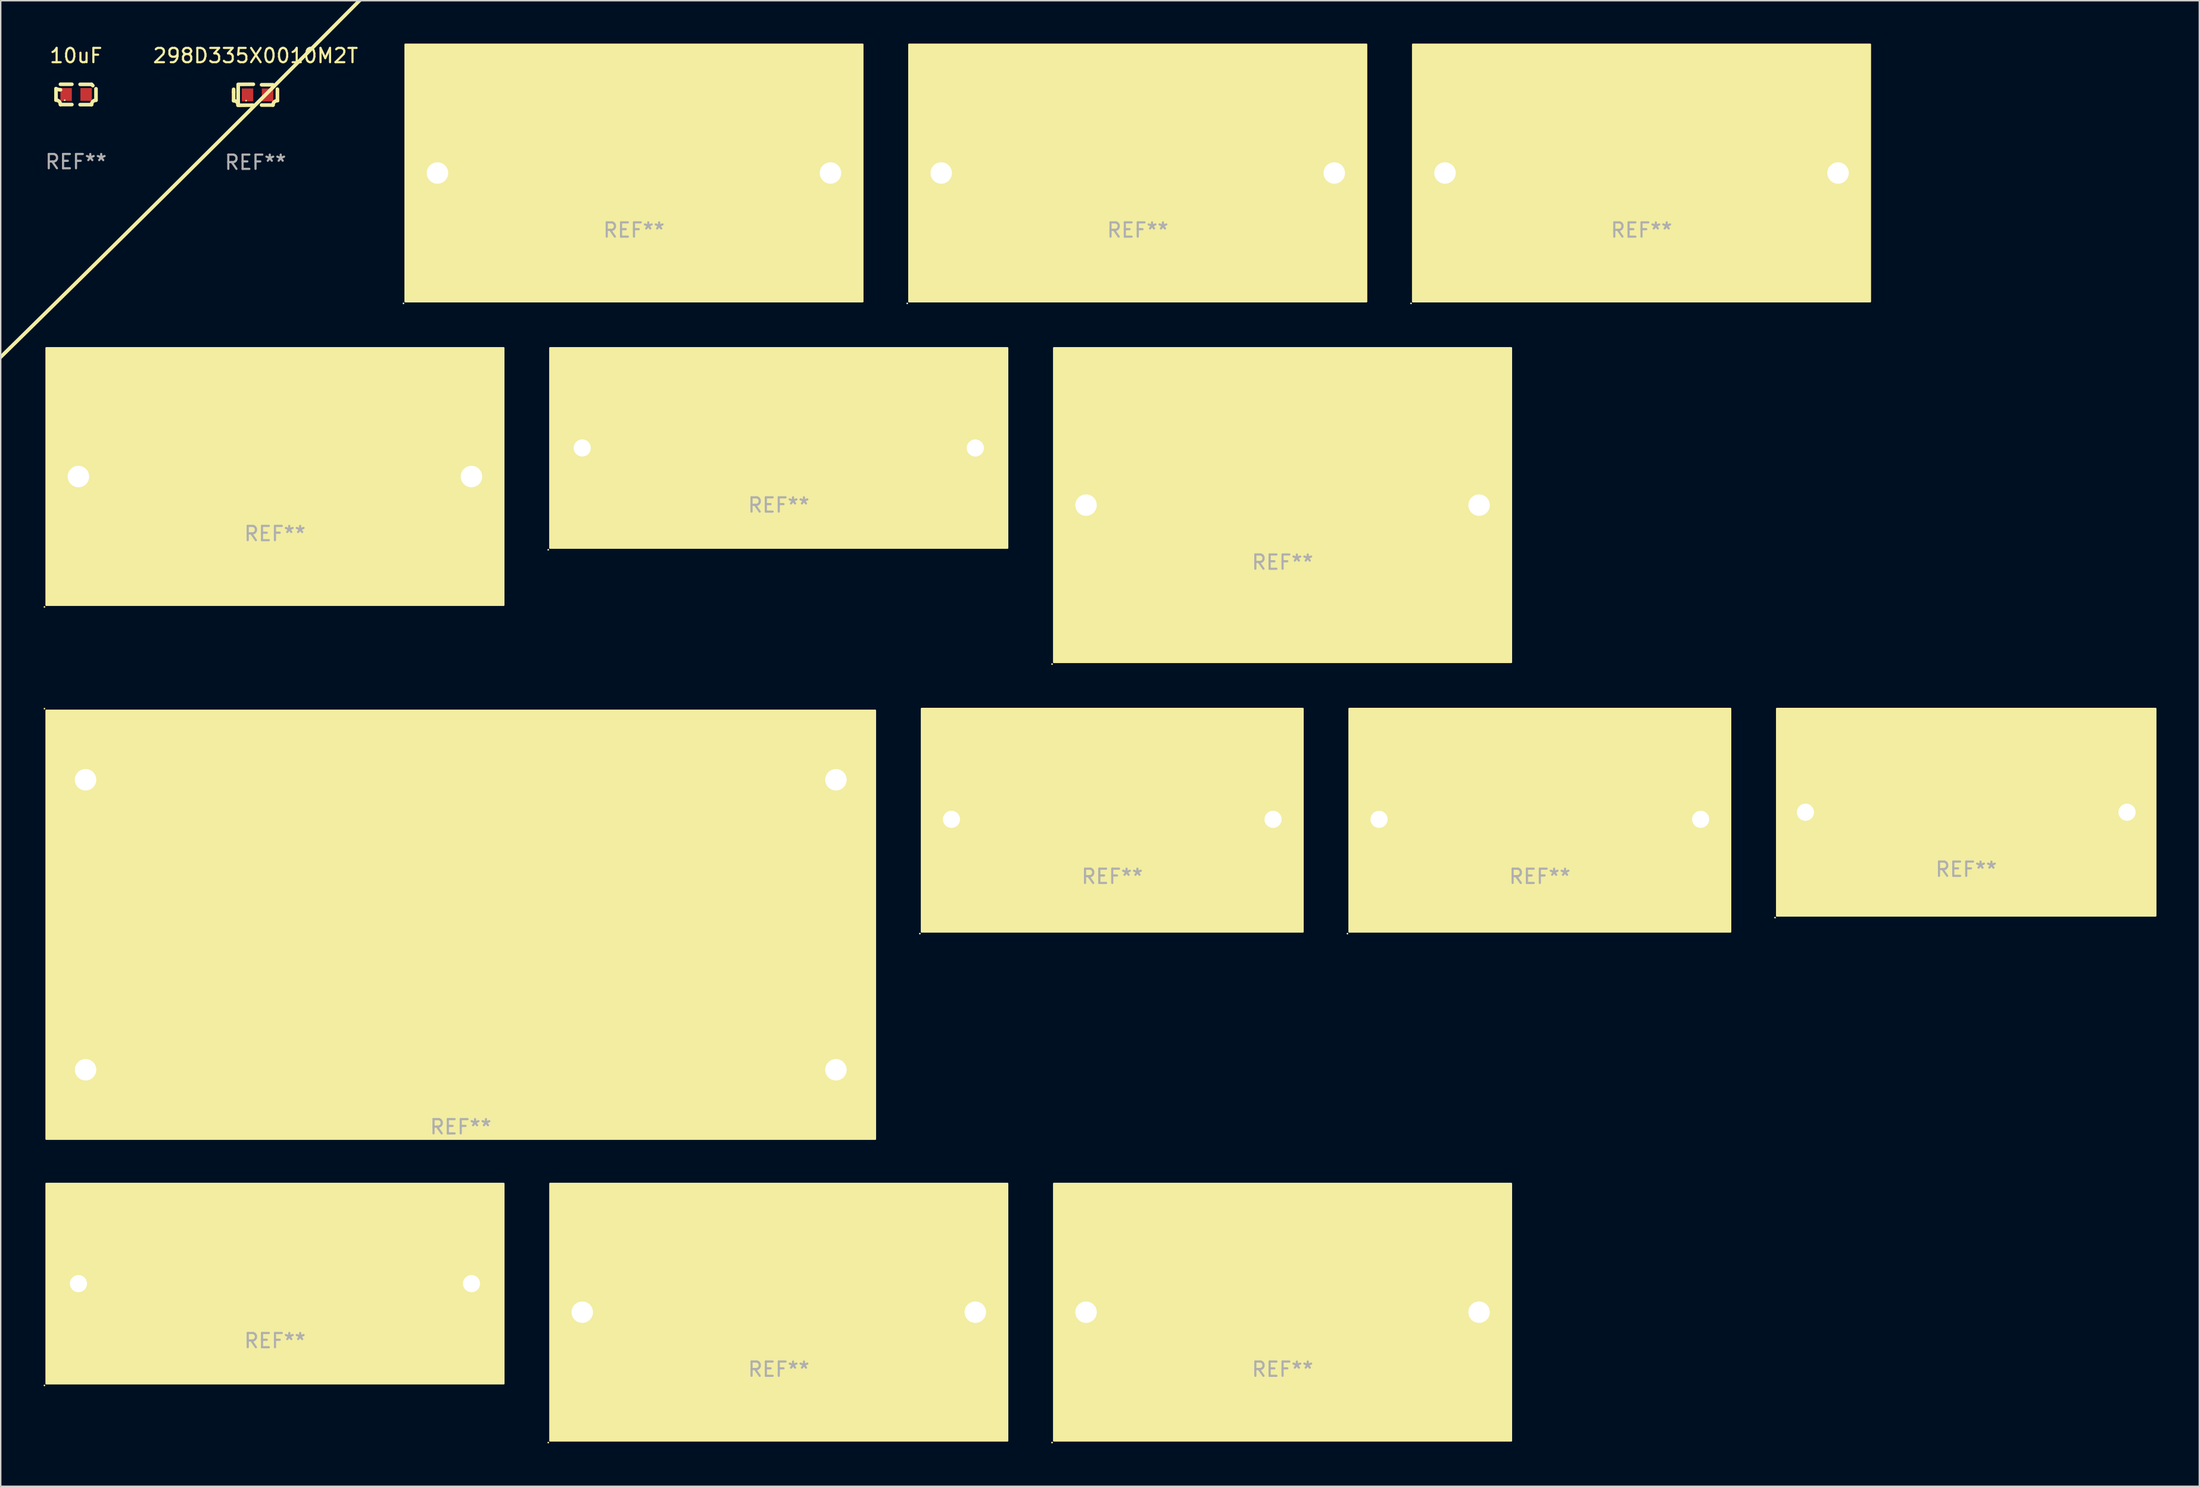
<source format=kicad_pcb>
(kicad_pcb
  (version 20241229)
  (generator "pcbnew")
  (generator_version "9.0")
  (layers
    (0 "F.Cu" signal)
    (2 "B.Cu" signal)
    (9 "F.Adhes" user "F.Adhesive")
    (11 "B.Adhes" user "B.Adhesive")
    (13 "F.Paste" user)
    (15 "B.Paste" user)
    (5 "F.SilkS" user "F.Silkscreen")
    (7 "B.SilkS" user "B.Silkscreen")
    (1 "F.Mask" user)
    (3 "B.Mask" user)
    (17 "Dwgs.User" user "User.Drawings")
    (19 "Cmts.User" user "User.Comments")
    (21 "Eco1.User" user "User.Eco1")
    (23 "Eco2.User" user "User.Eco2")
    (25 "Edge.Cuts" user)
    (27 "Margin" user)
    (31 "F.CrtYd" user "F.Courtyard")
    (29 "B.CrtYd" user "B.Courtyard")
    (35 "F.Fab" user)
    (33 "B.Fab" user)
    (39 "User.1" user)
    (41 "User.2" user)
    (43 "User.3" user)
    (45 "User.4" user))
  (footprint "B32654A7334K000"
    (layer "F.Cu")
    (at 16.187 30.307)
    (property "Reference" "B32654A7334K000" (at 0 -2 0) (layer "F.SilkS") (effects (font (size 1 1) (thickness 0.15))))
    (attr through_hole)
    (fp_circle (center -16.127 9.127) (end -16.097 9.127) (stroke (width 0.06) (type solid)) (fill no) (layer "F.SilkS"))
    (fp_poly (pts (xy -16 -9) (xy 16 -9) (xy 16 9) (xy -16 9)) (stroke (width 0.12) (type solid)) (fill yes) (layer "F.SilkS"))
    (fp_text user "REF**" (at 0 4 0) (layer "F.Fab") (effects (font (size 1 1) (thickness 0.15))))
    (pad "1" thru_hole circle (at -13.75 0) (size 2.5 2.5) (drill 1.5) (layers "*.Cu" "*.Mask"))
    (pad "2" thru_hole circle (at 13.75 0) (size 2.5 2.5) (drill 1.5) (layers "*.Cu" "*.Mask")))
  (footprint "298D335X0010M2T"
    (layer "F.Cu")
    (at 14.827 3.582)
    (property "Reference" "298D335X0010M2T" (at 0 -2.734 0) (layer "F.SilkS") (effects (font (size 1 1) (thickness 0.15))))
    (attr through_hole)
    (fp_line (start -1.532 -0.379) (end -1.532 -0.181) (stroke (width 0.254) (type solid)) (layer "F.SilkS"))
    (fp_line (start -1.532 -0.181) (end -1.532 0.421) (stroke (width 0.254) (type solid)) (layer "F.SilkS"))
    (fp_line (start -1.212 -0.708) (end -1.212 0.691) (stroke (width 0.254) (type solid)) (layer "F.SilkS"))
    (fp_line (start -1.212 0.691) (end -1.204 0.699) (stroke (width 0.254) (type solid)) (layer "F.SilkS"))
    (fp_line (start -1.106 0.734) (end -1.23 0.734) (stroke (width 0.254) (type solid)) (layer "F.SilkS"))
    (fp_line (start -0.171 0.729) (end -1.106 0.734) (stroke (width 0.254) (type solid)) (layer "F.SilkS"))
    (fp_line (start -0.151 -0.734) (end -1.21 -0.726) (stroke (width 0.254) (type solid)) (layer "F.SilkS"))
    (fp_line (start 0.423 -0.698) (end 1.223 -0.698) (stroke (width 0.254) (type solid)) (layer "F.SilkS"))
    (fp_line (start 0.423 0.722) (end 1.223 0.722) (stroke (width 0.254) (type solid)) (layer "F.SilkS"))
    (fp_line (start 1.532 -0.388) (end 1.532 0.412) (stroke (width 0.254) (type solid)) (layer "F.SilkS"))
    (fp_arc (start -1.522924 0.418872) (mid -1.303836 0.509632) (end -1.213094 0.728727) (stroke (width 0.254001) (type solid)) (layer "F.SilkS"))
    (fp_arc (start 1.222518 0.722123) (mid 1.313265 0.503041) (end 1.532347 0.412294) (stroke (width 0.254001) (type solid)) (layer "F.SilkS"))
    (fp_arc (start 1.310532 -0.609546) (mid 1.266524 -0.653541) (end 1.222517 -0.697536) (stroke (width 0.254001) (type solid)) (layer "F.SilkS"))
    (fp_circle (center -0.658 0.412) (end -0.628 0.412) (stroke (width 0.06) (type solid)) (fill no) (layer "F.SilkS"))
    (fp_text user "REF**" (at 0 4.734 0) (layer "F.Fab") (effects (font (size 1 1) (thickness 0.15))))
    (pad "1" smd rect (at -0.558 0.012) (size 0.8 0.9) (layers "F.Cu" "F.Mask" "F.Paste"))
    (pad "2" smd rect (at 0.842 0.012) (size 0.8 0.9) (layers "F.Cu" "F.Mask" "F.Paste")))
  (footprint "B32774D1505K000"
    (layer "F.Cu")
    (at 86.685 32.307)
    (property "Reference" "B32774D1505K000" (at 0 -2 0) (layer "F.SilkS") (effects (font (size 1 1) (thickness 0.15))))
    (attr through_hole)
    (fp_circle (center -16.127 11.127) (end -16.097 11.127) (stroke (width 0.06) (type solid)) (fill no) (layer "F.SilkS"))
    (fp_poly (pts (xy -16 -11) (xy 16 -11) (xy 16 11) (xy -16 11)) (stroke (width 0.12) (type solid)) (fill yes) (layer "F.SilkS"))
    (fp_text user "REF**" (at 0 4 0) (layer "F.Fab") (effects (font (size 1 1) (thickness 0.15))))
    (pad "1" thru_hole circle (at -13.75 0) (size 2.5 2.5) (drill 1.5) (layers "*.Cu" "*.Mask"))
    (pad "2" thru_hole circle (at 13.75 0) (size 2.5 2.5) (drill 1.5) (layers "*.Cu" "*.Mask")))
  (footprint "B32924C3475M"
    (layer "F.Cu")
    (at 86.685 88.801)
    (property "Reference" "B32924C3475M" (at 0 -2 0) (layer "F.SilkS") (effects (font (size 1 1) (thickness 0.15))))
    (attr through_hole)
    (fp_circle (center -16.127 9.127) (end -16.097 9.127) (stroke (width 0.06) (type solid)) (fill no) (layer "F.SilkS"))
    (fp_poly (pts (xy -16 -9) (xy 16 -9) (xy 16 9) (xy -16 9)) (stroke (width 0.12) (type solid)) (fill yes) (layer "F.SilkS"))
    (fp_text user "REF**" (at 0 4 0) (layer "F.Fab") (effects (font (size 1 1) (thickness 0.15))))
    (pad "1" thru_hole circle (at -13.75 0) (size 2.5 2.5) (drill 1.5) (layers "*.Cu" "*.Mask"))
    (pad "2" thru_hole circle (at 13.75 0) (size 2.5 2.5) (drill 1.5) (layers "*.Cu" "*.Mask")))
  (footprint "B32924C3335M000"
    (layer "F.Cu")
    (at 51.438 88.801)
    (property "Reference" "B32924C3335M000" (at 0 -2 0) (layer "F.SilkS") (effects (font (size 1 1) (thickness 0.15))))
    (attr through_hole)
    (fp_circle (center -16.127 9.127) (end -16.097 9.127) (stroke (width 0.06) (type solid)) (fill no) (layer "F.SilkS"))
    (fp_poly (pts (xy -16 -9) (xy 16 -9) (xy 16 9) (xy -16 9)) (stroke (width 0.12) (type solid)) (fill yes) (layer "F.SilkS"))
    (fp_text user "REF**" (at 0 4 0) (layer "F.Fab") (effects (font (size 1 1) (thickness 0.15))))
    (pad "1" thru_hole circle (at -13.75 0) (size 2.5 2.5) (drill 1.5) (layers "*.Cu" "*.Mask"))
    (pad "2" thru_hole circle (at 13.75 0) (size 2.5 2.5) (drill 1.5) (layers "*.Cu" "*.Mask")))
  (footprint "B32674D8105K000"
    (layer "F.Cu")
    (at 51.436 28.307)
    (property "Reference" "B32674D8105K000" (at 0 -2 0) (layer "F.SilkS") (effects (font (size 1 1) (thickness 0.15))))
    (attr through_hole)
    (fp_circle (center -16.129 7.127) (end -16.099 7.127) (stroke (width 0.06) (type solid)) (fill no) (layer "F.SilkS"))
    (fp_poly (pts (xy -16.002 -7) (xy 16.002 -7) (xy 16.002 7) (xy -16.002 7)) (stroke (width 0.12) (type solid)) (fill yes) (layer "F.SilkS"))
    (fp_text user "REF**" (at 0 4 0) (layer "F.Fab") (effects (font (size 1 1) (thickness 0.15))))
    (pad "1" thru_hole circle (at -13.75 0) (size 2 2) (drill 1.2) (layers "*.Cu" "*.Mask"))
    (pad "2" thru_hole circle (at 13.75 0) (size 2 2) (drill 1.2) (layers "*.Cu" "*.Mask")))
  (footprint "B32778G8506K000"
    (layer "F.Cu")
    (at 29.187 61.681)
    (property "Reference" "B32778G8506K000" (at 0 -12.15 0) (layer "F.SilkS") (effects (font (size 1 1) (thickness 0.15))))
    (attr through_hole)
    (fp_circle (center -29.127 -15.127) (end -29.097 -15.127) (stroke (width 0.06) (type solid)) (fill no) (layer "F.SilkS"))
    (fp_poly (pts (xy -29 -15) (xy 29 -15) (xy 29 15) (xy -29 15)) (stroke (width 0.12) (type solid)) (fill yes) (layer "F.SilkS"))
    (fp_text user "REF**" (at 0 14.15 0) (layer "F.Fab") (effects (font (size 1 1) (thickness 0.15))))
    (pad "1" thru_hole circle (at -26.25 -10.15) (size 2.5 2.5) (drill 1.5) (layers "*.Cu" "*.Mask"))
    (pad "2" thru_hole circle (at 26.25 -10.15) (size 2.5 2.5) (drill 1.5) (layers "*.Cu" "*.Mask"))
    (pad "3" thru_hole circle (at -26.25 10.15) (size 2.5 2.5) (drill 1.5) (layers "*.Cu" "*.Mask"))
    (pad "4" thru_hole circle (at 26.25 10.15) (size 2.5 2.5) (drill 1.5) (layers "*.Cu" "*.Mask")))
  (footprint "B32923C3225M006"
    (layer "F.Cu")
    (at 104.686 54.301)
    (property "Reference" "B32923C3225M006" (at 0 -2 0) (layer "F.SilkS") (effects (font (size 1 1) (thickness 0.15))))
    (attr through_hole)
    (fp_circle (center -13.462 8.001) (end -13.432 8.001) (stroke (width 0.06) (type solid)) (fill no) (layer "F.SilkS"))
    (fp_poly (pts (xy -13.335 -7.747) (xy 13.335 -7.747) (xy 13.335 7.874) (xy -13.335 7.874)) (stroke (width 0.12) (type solid)) (fill yes) (layer "F.SilkS"))
    (fp_text user "REF**" (at 0 4 0) (layer "F.Fab") (effects (font (size 1 1) (thickness 0.15))))
    (pad "1" thru_hole circle (at -11.25 0) (size 2 2) (drill 1.2) (layers "*.Cu" "*.Mask"))
    (pad "2" thru_hole circle (at 11.25 0) (size 2 2) (drill 1.2) (layers "*.Cu" "*.Mask")))
  (footprint "10uF"
    (layer "F.Cu")
    (at 2.268 3.561)
    (property "Reference" "10uF" (at 0 -2.713 0) (layer "F.SilkS") (effects (font (size 1 1) (thickness 0.15))))
    (attr through_hole)
    (fp_line (start -1.398 -0.403) (end -1.398 0.397) (stroke (width 0.254) (type solid)) (layer "F.SilkS"))
    (fp_line (start -0.288 -0.713) (end -1.088 -0.713) (stroke (width 0.254) (type solid)) (layer "F.SilkS"))
    (fp_line (start -0.288 0.707) (end -1.088 0.707) (stroke (width 0.254) (type solid)) (layer "F.SilkS"))
    (fp_line (start 0.288 -0.707) (end 1.088 -0.707) (stroke (width 0.254) (type solid)) (layer "F.SilkS"))
    (fp_line (start 0.288 0.713) (end 1.088 0.713) (stroke (width 0.254) (type solid)) (layer "F.SilkS"))
    (fp_line (start 1.398 -0.397) (end 1.398 0.403) (stroke (width 0.254) (type solid)) (layer "F.SilkS"))
    (fp_arc (start -1.397789 0.397066) (mid -1.178701 0.487826) (end -1.08796 0.706922) (stroke (width 0.254001) (type solid)) (layer "F.SilkS"))
    (fp_arc (start -1.08796 -0.327176) (mid -1.247436 -0.346384) (end -1.39779 -0.402908) (stroke (width 0.254001) (type solid)) (layer "F.SilkS"))
    (fp_arc (start 1.087909 0.712738) (mid 1.178656 0.493655) (end 1.397739 0.402908) (stroke (width 0.254001) (type solid)) (layer "F.SilkS"))
    (fp_arc (start 1.175925 -0.618926) (mid 1.131917 -0.662923) (end 1.08791 -0.706922) (stroke (width 0.254001) (type solid)) (layer "F.SilkS"))
    (fp_circle (center -0.792 0.403) (end -0.762 0.403) (stroke (width 0.06) (type solid)) (fill no) (layer "F.SilkS"))
    (fp_text user "REF**" (at 0 4.713 0) (layer "F.Fab") (effects (font (size 1 1) (thickness 0.15))))
    (pad "1" smd rect (at -0.692 0.003) (size 0.8 0.9) (layers "F.Cu" "F.Mask" "F.Paste"))
    (pad "2" smd rect (at 0.708 0.003) (size 0.8 0.9) (layers "F.Cu" "F.Mask" "F.Paste")))
  (footprint "B32654A0474K000"
    (layer "F.Cu")
    (at 41.306 9.06)
    (property "Reference" "B32654A0474K000" (at 0 -2 0) (layer "F.SilkS") (effects (font (size 1 1) (thickness 0.15))))
    (attr through_hole)
    (fp_circle (center -16.127 9.127) (end -16.097 9.127) (stroke (width 0.06) (type solid)) (fill no) (layer "F.SilkS"))
    (fp_poly (pts (xy -16 -9) (xy 16 -9) (xy 16 9) (xy -16 9)) (stroke (width 0.12) (type solid)) (fill yes) (layer "F.SilkS"))
    (fp_text user "REF**" (at 0 4 0) (layer "F.Fab") (effects (font (size 1 1) (thickness 0.15))))
    (pad "1" thru_hole circle (at -13.75 0) (size 2.5 2.5) (drill 1.5) (layers "*.Cu" "*.Mask"))
    (pad "2" thru_hole circle (at 13.75 0) (size 2.5 2.5) (drill 1.5) (layers "*.Cu" "*.Mask")))
  (footprint "B32654A1154K000"
    (layer "F.Cu")
    (at 76.553 9.06)
    (property "Reference" "B32654A1154K000" (at 0 -2 0) (layer "F.SilkS") (effects (font (size 1 1) (thickness 0.15))))
    (attr through_hole)
    (fp_circle (center -16.127 9.127) (end -16.097 9.127) (stroke (width 0.06) (type solid)) (fill no) (layer "F.SilkS"))
    (fp_poly (pts (xy -16 -9) (xy 16 -9) (xy 16 9) (xy -16 9)) (stroke (width 0.12) (type solid)) (fill yes) (layer "F.SilkS"))
    (fp_text user "REF**" (at 0 4 0) (layer "F.Fab") (effects (font (size 1 1) (thickness 0.15))))
    (pad "1" thru_hole circle (at -13.75 0) (size 2.5 2.5) (drill 1.5) (layers "*.Cu" "*.Mask"))
    (pad "2" thru_hole circle (at 13.75 0) (size 2.5 2.5) (drill 1.5) (layers "*.Cu" "*.Mask")))
  (footprint "B32923C3225M000"
    (layer "F.Cu")
    (at 74.769 54.301)
    (property "Reference" "B32923C3225M000" (at 0 -2 0) (layer "F.SilkS") (effects (font (size 1 1) (thickness 0.15))))
    (attr through_hole)
    (fp_circle (center -13.462 8.001) (end -13.432 8.001) (stroke (width 0.06) (type solid)) (fill no) (layer "F.SilkS"))
    (fp_poly (pts (xy -13.335 -7.747) (xy 13.335 -7.747) (xy 13.335 7.874) (xy -13.335 7.874)) (stroke (width 0.12) (type solid)) (fill yes) (layer "F.SilkS"))
    (fp_text user "REF**" (at 0 4 0) (layer "F.Fab") (effects (font (size 1 1) (thickness 0.15))))
    (pad "1" thru_hole circle (at -11.25 0) (size 2 2) (drill 1.2) (layers "*.Cu" "*.Mask"))
    (pad "2" thru_hole circle (at 11.25 0) (size 2 2) (drill 1.2) (layers "*.Cu" "*.Mask")))
  (footprint "B32923C3225M"
    (layer "F.Cu")
    (at 134.518 53.804)
    (property "Reference" "B32923C3225M" (at 0 -2 0) (layer "F.SilkS") (effects (font (size 1 1) (thickness 0.15))))
    (attr through_hole)
    (fp_circle (center -13.377 7.377) (end -13.347 7.377) (stroke (width 0.06) (type solid)) (fill no) (layer "F.SilkS"))
    (fp_poly (pts (xy -13.25 -7.25) (xy 13.25 -7.25) (xy 13.25 7.25) (xy -13.25 7.25)) (stroke (width 0.12) (type solid)) (fill yes) (layer "F.SilkS"))
    (fp_text user "REF**" (at 0 4 0) (layer "F.Fab") (effects (font (size 1 1) (thickness 0.15))))
    (pad "1" thru_hole circle (at -11.25 0) (size 2 2) (drill 1.2) (layers "*.Cu" "*.Mask"))
    (pad "2" thru_hole circle (at 11.25 0) (size 2 2) (drill 1.2) (layers "*.Cu" "*.Mask")))
  (footprint "B32654A2473J000"
    (layer "F.Cu")
    (at 111.8 9.06)
    (property "Reference" "B32654A2473J000" (at 0 -2 0) (layer "F.SilkS") (effects (font (size 1 1) (thickness 0.15))))
    (attr through_hole)
    (fp_circle (center -16.127 9.127) (end -16.097 9.127) (stroke (width 0.06) (type solid)) (fill no) (layer "F.SilkS"))
    (fp_poly (pts (xy -16 -9) (xy 16 -9) (xy 16 9) (xy -16 9)) (stroke (width 0.12) (type solid)) (fill yes) (layer "F.SilkS"))
    (fp_text user "REF**" (at 0 4 0) (layer "F.Fab") (effects (font (size 1 1) (thickness 0.15))))
    (pad "1" thru_hole circle (at -13.75 0) (size 2.5 2.5) (drill 1.5) (layers "*.Cu" "*.Mask"))
    (pad "2" thru_hole circle (at 13.75 0) (size 2.5 2.5) (drill 1.5) (layers "*.Cu" "*.Mask")))
  (footprint "B32924A4105M000"
    (layer "F.Cu")
    (at 16.189 86.801)
    (property "Reference" "B32924A4105M000" (at 0 -2 0) (layer "F.SilkS") (effects (font (size 1 1) (thickness 0.15))))
    (attr through_hole)
    (fp_circle (center -16.129 7.127) (end -16.099 7.127) (stroke (width 0.06) (type solid)) (fill no) (layer "F.SilkS"))
    (fp_poly (pts (xy -16.002 -7) (xy 16.002 -7) (xy 16.002 7) (xy -16.002 7)) (stroke (width 0.12) (type solid)) (fill yes) (layer "F.SilkS"))
    (fp_text user "REF**" (at 0 4 0) (layer "F.Fab") (effects (font (size 1 1) (thickness 0.15))))
    (pad "1" thru_hole circle (at -13.75 0) (size 2 2) (drill 1.2) (layers "*.Cu" "*.Mask"))
    (pad "2" thru_hole circle (at 13.75 0) (size 2 2) (drill 1.2) (layers "*.Cu" "*.Mask")))
  (gr_rect
    (start -3 -3)
    (end 150.828 100.988)
    (stroke (width 0.1) (type default))
    (fill no)
    (layer "Edge.Cuts")))
</source>
